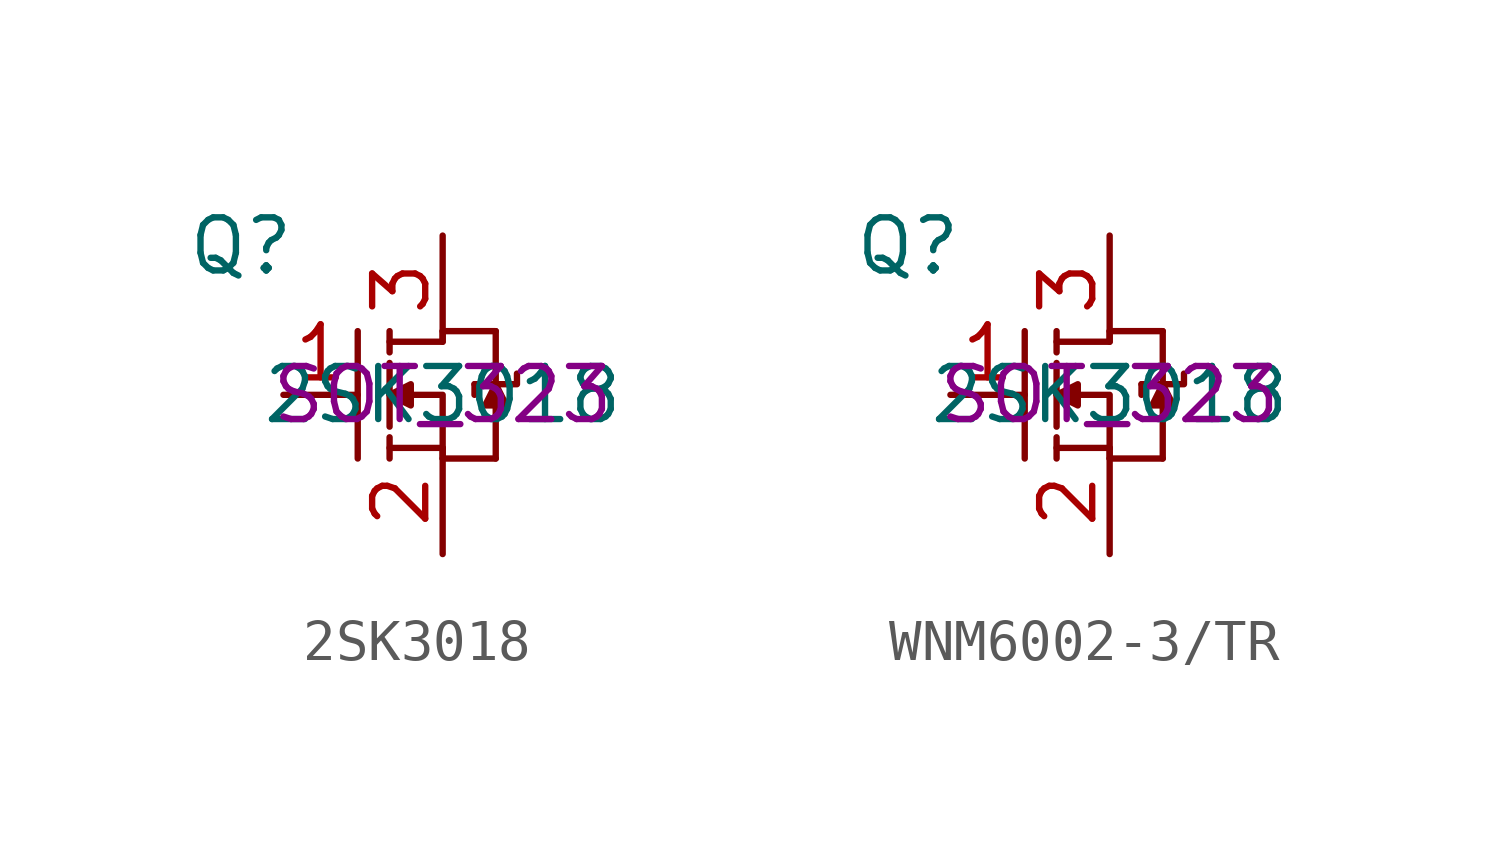
<source format=kicad_sym>
(kicad_symbol_lib
  (version 20241209)
  (generator "kicad_symbol_editor")
  (generator_version "9.0")
  (symbol "2SK3018"
    (pin_names
      (hide yes))
    (property "Reference" "Q"
      (at -4.826 3.556 0)
      (effects (font (size 1.27 1.27))))
    (property "Value" "2SK3018"
      (at 0 0 0)
      (effects (font (size 1.27 1.27))))
    (property "Package" "SOT_323"
      (at 0 0 0)
      (effects (font (size 1.27 1.27))))
    (symbol "2SK3018_0_1"
      (polyline (pts (xy -2.032 1.524) (xy -2.032 -1.524)) (stroke (width 0) (type default)) (fill (type none)))
      (polyline (pts (xy -1.27 1.524) (xy -1.27 1.016)) (stroke (width 0) (type default)) (fill (type none)))
      (polyline (pts (xy -1.27 0.762) (xy -1.27 -0.762)) (stroke (width 0) (type default)) (fill (type none)))
      (polyline (pts (xy -1.27 -1.016) (xy -1.27 -1.524)) (stroke (width 0) (type default)) (fill (type none)))
      (polyline (pts (xy 0 1.524) (xy 0 1.27) (xy -1.27 1.27)) (stroke (width 0) (type default)) (fill (type none)))
      (polyline (pts (xy 0 -1.27) (xy 0 0) (xy -1.27 0)) (stroke (width 0) (type default)) (fill (type none)))
      (polyline (pts (xy 0 -1.524) (xy 0 -1.27) (xy -1.27 -1.27)) (stroke (width 0) (type default)) (fill (type none))))
    (symbol "2SK3018_1_1"
      (polyline (pts (xy -1.27 0) (xy -0.762 0.254) (xy -0.762 -0.254) (xy -1.27 0)) (stroke (width 0) (type solid)) (fill (type outline)))
      (polyline (pts (xy 0.762 0.254) (xy 0.762 0)) (stroke (width 0) (type default)) (fill (type none)))
      (polyline (pts (xy 0.762 0.254) (xy 1.778 0.254) (xy 1.778 0.508)) (stroke (width 0) (type default)) (fill (type none)))
      (polyline (pts (xy 1.27 1.524) (xy 0 1.524)) (stroke (width 0) (type default)) (fill (type none)))
      (polyline (pts (xy 1.27 0.254) (xy 1.27 1.524)) (stroke (width 0) (type default)) (fill (type none)))
      (polyline (pts (xy 1.27 0.254) (xy 1.524 -0.254) (xy 1.016 -0.254) (xy 1.27 0.254)) (stroke (width 0) (type solid)) (fill (type outline)))
      (polyline (pts (xy 1.27 -0.254) (xy 1.27 -1.524)) (stroke (width 0) (type default)) (fill (type none)))
      (polyline (pts (xy 1.27 -1.524) (xy 0 -1.524)) (stroke (width 0) (type default)) (fill (type none)))
      (pin input line (at -3.81 0 0) (length 1.778) (name "G" (effects (font (size 1.27 1.27)))) (number "1" (effects (font (size 1.27 1.27)))))
      (pin input line (at 0 3.81 270) (length 2.54) (name "D" (effects (font (size 1.27 1.27)))) (number "3" (effects (font (size 1.27 1.27)))))
      (pin input line (at 0 -3.81 90) (length 2.54) (name "S" (effects (font (size 1.27 1.27)))) (number "2" (effects (font (size 1.27 1.27)))))))
  (symbol "WNM6002-3/TR"
    (pin_names
      (hide yes))
    (property "Reference" "Q"
      (at -4.826 3.556 0)
      (effects (font (size 1.27 1.27))))
    (property "Value" "2SK3018"
      (at 0 0 0)
      (effects (font (size 1.27 1.27))))
    (property "Package" "SOT_323"
      (at 0 0 0)
      (effects (font (size 1.27 1.27))))
    (symbol "WNM6002-3/TR_0_1"
      (polyline (pts (xy -2.032 1.524) (xy -2.032 -1.524)) (stroke (width 0) (type default)) (fill (type none)))
      (polyline (pts (xy -1.27 1.524) (xy -1.27 1.016)) (stroke (width 0) (type default)) (fill (type none)))
      (polyline (pts (xy -1.27 0.762) (xy -1.27 -0.762)) (stroke (width 0) (type default)) (fill (type none)))
      (polyline (pts (xy -1.27 -1.016) (xy -1.27 -1.524)) (stroke (width 0) (type default)) (fill (type none)))
      (polyline (pts (xy 0 1.524) (xy 0 1.27) (xy -1.27 1.27)) (stroke (width 0) (type default)) (fill (type none)))
      (polyline (pts (xy 0 -1.27) (xy 0 0) (xy -1.27 0)) (stroke (width 0) (type default)) (fill (type none)))
      (polyline (pts (xy 0 -1.524) (xy 0 -1.27) (xy -1.27 -1.27)) (stroke (width 0) (type default)) (fill (type none))))
    (symbol "WNM6002-3/TR_1_1"
      (polyline (pts (xy -1.27 0) (xy -0.762 0.254) (xy -0.762 -0.254) (xy -1.27 0)) (stroke (width 0) (type solid)) (fill (type outline)))
      (polyline (pts (xy 0.762 0.254) (xy 0.762 0)) (stroke (width 0) (type default)) (fill (type none)))
      (polyline (pts (xy 0.762 0.254) (xy 1.778 0.254) (xy 1.778 0.508)) (stroke (width 0) (type default)) (fill (type none)))
      (polyline (pts (xy 1.27 1.524) (xy 0 1.524)) (stroke (width 0) (type default)) (fill (type none)))
      (polyline (pts (xy 1.27 0.254) (xy 1.27 1.524)) (stroke (width 0) (type default)) (fill (type none)))
      (polyline (pts (xy 1.27 0.254) (xy 1.524 -0.254) (xy 1.016 -0.254) (xy 1.27 0.254)) (stroke (width 0) (type solid)) (fill (type outline)))
      (polyline (pts (xy 1.27 -0.254) (xy 1.27 -1.524)) (stroke (width 0) (type default)) (fill (type none)))
      (polyline (pts (xy 1.27 -1.524) (xy 0 -1.524)) (stroke (width 0) (type default)) (fill (type none)))
      (pin input line (at -3.81 0 0) (length 1.778) (name "G" (effects (font (size 1.27 1.27)))) (number "1" (effects (font (size 1.27 1.27)))))
      (pin input line (at 0 3.81 270) (length 2.54) (name "D" (effects (font (size 1.27 1.27)))) (number "3" (effects (font (size 1.27 1.27)))))
      (pin input line (at 0 -3.81 90) (length 2.54) (name "S" (effects (font (size 1.27 1.27)))) (number "2" (effects (font (size 1.27 1.27))))))))
</source>
